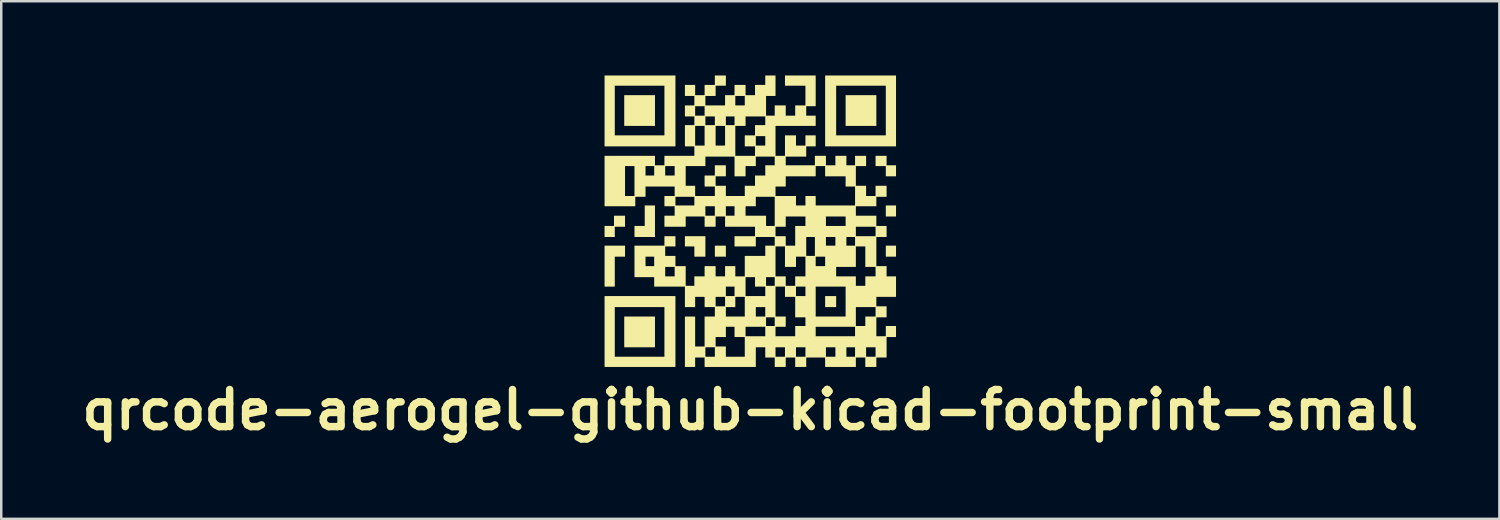
<source format=kicad_pcb>
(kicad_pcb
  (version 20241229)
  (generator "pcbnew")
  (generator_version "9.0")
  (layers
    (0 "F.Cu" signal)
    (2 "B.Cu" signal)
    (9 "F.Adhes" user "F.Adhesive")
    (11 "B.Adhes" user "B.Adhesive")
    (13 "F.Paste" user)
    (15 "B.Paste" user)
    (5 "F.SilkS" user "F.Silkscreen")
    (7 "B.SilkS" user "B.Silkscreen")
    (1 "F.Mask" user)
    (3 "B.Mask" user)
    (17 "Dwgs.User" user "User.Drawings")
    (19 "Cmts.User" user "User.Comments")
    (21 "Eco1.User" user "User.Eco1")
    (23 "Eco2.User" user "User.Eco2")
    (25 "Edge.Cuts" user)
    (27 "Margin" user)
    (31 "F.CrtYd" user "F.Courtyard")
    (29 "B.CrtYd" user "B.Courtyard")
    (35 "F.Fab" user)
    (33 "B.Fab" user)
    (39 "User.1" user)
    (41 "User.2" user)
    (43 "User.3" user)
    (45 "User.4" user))
  (footprint "qrcode-aerogel-github-kicad-footprint-small"
    (layer "F.Cu")
    (at 27.264 5.888)
    (property "Reference" "qrcode-aerogel-github-kicad-footprint-small" (at 0 7.62 0) (layer "F.SilkS") (effects (font (size 1.5 1.5) (thickness 0.3))))
    (attr board_only exclude_from_pos_files exclude_from_bom)
    (fp_poly (pts (xy -3.851 -4.472) (xy -3.851 -3.851) (xy -4.472 -3.851) (xy -5.093 -3.851) (xy -5.093 -4.472) (xy -5.093 -5.093) (xy -4.472 -5.093) (xy -3.851 -5.093)) (stroke (width 0) (type solid)) (fill yes) (layer "F.SilkS"))
    (fp_poly (pts (xy -3.851 4.472) (xy -3.851 5.093) (xy -4.472 5.093) (xy -5.093 5.093) (xy -5.093 4.472) (xy -5.093 3.851) (xy -4.472 3.851) (xy -3.851 3.851)) (stroke (width 0) (type solid)) (fill yes) (layer "F.SilkS"))
    (fp_poly (pts (xy -0.987 1.21) (xy -0.987 1.432) (xy -1.21 1.432) (xy -1.432 1.432) (xy -1.432 1.21) (xy -1.432 0.987) (xy -1.21 0.987) (xy -0.987 0.987)) (stroke (width 0) (type solid)) (fill yes) (layer "F.SilkS"))
    (fp_poly (pts (xy 3.469 3.247) (xy 3.469 3.469) (xy 3.247 3.469) (xy 3.024 3.469) (xy 3.024 3.247) (xy 3.024 3.024) (xy 3.247 3.024) (xy 3.469 3.024)) (stroke (width 0) (type solid)) (fill yes) (layer "F.SilkS"))
    (fp_poly (pts (xy 5.093 -4.472) (xy 5.093 -3.851) (xy 4.472 -3.851) (xy 3.851 -3.851) (xy 3.851 -4.472) (xy 3.851 -5.093) (xy 4.472 -5.093) (xy 5.093 -5.093)) (stroke (width 0) (type solid)) (fill yes) (layer "F.SilkS"))
    (fp_poly (pts (xy 5.888 -0.414) (xy 5.888 -0.191) (xy 5.682 -0.191) (xy 5.475 -0.191) (xy 5.475 -0.414) (xy 5.475 -0.637) (xy 5.682 -0.637) (xy 5.888 -0.637)) (stroke (width 0) (type solid)) (fill yes) (layer "F.SilkS"))
    (fp_poly (pts (xy 5.888 1.21) (xy 5.888 1.432) (xy 5.682 1.432) (xy 5.475 1.432) (xy 5.475 1.21) (xy 5.475 0.987) (xy 5.682 0.987) (xy 5.888 0.987)) (stroke (width 0) (type solid)) (fill yes) (layer "F.SilkS"))
    (fp_poly (pts (xy -5.061 1.21) (xy -5.061 1.432) (xy -5.268 1.432) (xy -5.475 1.432) (xy -5.475 2.037) (xy -5.475 2.642) (xy -5.682 2.642) (xy -5.888 2.642) (xy -5.888 1.814) (xy -5.888 0.987) (xy -5.475 0.987) (xy -5.061 0.987)) (stroke (width 0) (type solid)) (fill yes) (layer "F.SilkS"))
    (fp_poly (pts (xy -3.851 0) (xy -3.851 0.637) (xy -4.265 0.637) (xy -4.679 0.637) (xy -4.679 0.414) (xy -4.679 0.191) (xy -4.472 0.191) (xy -4.265 0.191) (xy -4.265 -0.223) (xy -4.265 -0.637) (xy -4.058 -0.637) (xy -3.851 -0.637)) (stroke (width 0) (type solid)) (fill yes) (layer "F.SilkS"))
    (fp_poly (pts (xy -1.814 1.019) (xy -1.814 1.432) (xy -2.037 1.432) (xy -2.26 1.432) (xy -2.26 1.225) (xy -2.26 1.019) (xy -2.451 1.019) (xy -2.642 1.019) (xy -2.642 0.812) (xy -2.642 0.605) (xy -2.228 0.605) (xy -1.814 0.605)) (stroke (width 0) (type solid)) (fill yes) (layer "F.SilkS"))
    (fp_poly (pts (xy -5.061 0) (xy -5.061 0.223) (xy -5.268 0.223) (xy -5.475 0.223) (xy -5.475 0.43) (xy -5.475 0.637) (xy -5.682 0.637) (xy -5.888 0.637) (xy -5.888 0.414) (xy -5.888 0.191) (xy -5.697 0.191) (xy -5.507 0.191) (xy -5.507 -0.016) (xy -5.507 -0.223) (xy -5.284 -0.223) (xy -5.061 -0.223)) (stroke (width 0) (type solid)) (fill yes) (layer "F.SilkS"))
    (fp_poly (pts (xy 5.507 -2.451) (xy 5.507 -2.26) (xy 5.697 -2.26) (xy 5.888 -2.26) (xy 5.888 -2.037) (xy 5.888 -1.814) (xy 5.682 -1.814) (xy 5.475 -1.814) (xy 5.475 -2.021) (xy 5.475 -2.228) (xy 5.268 -2.228) (xy 5.061 -2.228) (xy 5.061 -2.435) (xy 5.061 -2.642) (xy 5.284 -2.642) (xy 5.507 -2.642)) (stroke (width 0) (type solid)) (fill yes) (layer "F.SilkS"))
    (fp_poly (pts (xy -3.024 -4.456) (xy -3.024 -3.024) (xy -4.456 -3.024) (xy -5.888 -3.024) (xy -5.888 -4.456) (xy -5.888 -5.475) (xy -5.475 -5.475) (xy -5.475 -4.472) (xy -5.475 -3.469) (xy -4.472 -3.469) (xy -3.469 -3.469) (xy -3.469 -4.472) (xy -3.469 -5.475) (xy -4.472 -5.475) (xy -5.475 -5.475) (xy -5.888 -5.475) (xy -5.888 -5.888) (xy -4.456 -5.888) (xy -3.024 -5.888)) (stroke (width 0) (type solid)) (fill yes) (layer "F.SilkS"))
    (fp_poly (pts (xy -3.024 4.456) (xy -3.024 5.888) (xy -4.456 5.888) (xy -5.888 5.888) (xy -5.888 4.456) (xy -5.888 3.469) (xy -5.475 3.469) (xy -5.475 4.472) (xy -5.475 5.475) (xy -4.472 5.475) (xy -3.469 5.475) (xy -3.469 4.472) (xy -3.469 3.469) (xy -4.472 3.469) (xy -5.475 3.469) (xy -5.888 3.469) (xy -5.888 3.024) (xy -4.456 3.024) (xy -3.024 3.024)) (stroke (width 0) (type solid)) (fill yes) (layer "F.SilkS"))
    (fp_poly (pts (xy 5.888 -4.456) (xy 5.888 -3.024) (xy 4.456 -3.024) (xy 3.024 -3.024) (xy 3.024 -4.456) (xy 3.024 -5.475) (xy 3.469 -5.475) (xy 3.469 -4.472) (xy 3.469 -3.469) (xy 4.472 -3.469) (xy 5.475 -3.469) (xy 5.475 -4.472) (xy 5.475 -5.475) (xy 4.472 -5.475) (xy 3.469 -5.475) (xy 3.024 -5.475) (xy 3.024 -5.888) (xy 4.456 -5.888) (xy 5.888 -5.888)) (stroke (width 0) (type solid)) (fill yes) (layer "F.SilkS"))
    (fp_poly (pts (xy -0.987 -5.682) (xy -0.987 -5.475) (xy -1.194 -5.475) (xy -1.401 -5.475) (xy -1.401 -5.268) (xy -1.401 -5.061) (xy -1.607 -5.061) (xy -1.814 -5.061) (xy -1.814 -4.87) (xy -1.814 -4.679) (xy -1.416 -4.679) (xy -1.019 -4.679) (xy -1.019 -4.886) (xy -1.019 -5.061) (xy -0.605 -5.061) (xy -0.605 -4.87) (xy -0.605 -4.679) (xy -0.414 -4.679) (xy -0.223 -4.679) (xy -0.223 -4.87) (xy -0.223 -5.061) (xy -0.414 -5.061) (xy -0.605 -5.061) (xy -1.019 -5.061) (xy -1.019 -5.093) (xy -0.828 -5.093) (xy -0.637 -5.093) (xy -0.637 -5.3) (xy -0.637 -5.507) (xy -0.414 -5.507) (xy -0.191 -5.507) (xy -0.191 -5.3) (xy -0.191 -5.093) (xy 0 -5.093) (xy 0.191 -5.093) (xy 0.191 -5.3) (xy 0.191 -5.507) (xy 0.398 -5.507) (xy 0.605 -5.507) (xy 0.605 -5.697) (xy 0.605 -5.888) (xy 0.812 -5.888) (xy 1.019 -5.888) (xy 1.019 -5.475) (xy 1.019 -5.061) (xy 0.828 -5.061) (xy 0.637 -5.061) (xy 0.637 -4.663) (xy 0.637 -4.265) (xy 0.812 -4.265) (xy 0.987 -4.265) (xy 0.987 -4.472) (xy 0.987 -4.679) (xy 1.21 -4.679) (xy 1.432 -4.679) (xy 1.432 -4.472) (xy 1.432 -4.265) (xy 1.623 -4.265) (xy 1.814 -4.265) (xy 1.814 -4.472) (xy 1.814 -4.679) (xy 2.021 -4.679) (xy 2.228 -4.679) (xy 2.228 -5.077) (xy 2.228 -5.475) (xy 1.814 -5.475) (xy 1.401 -5.475) (xy 1.401 -5.682) (xy 1.401 -5.888) (xy 2.021 -5.888) (xy 2.642 -5.888) (xy 2.642 -5.268) (xy 2.642 -4.647) (xy 2.451 -4.647) (xy 2.26 -4.647) (xy 2.26 -4.456) (xy 2.26 -4.265) (xy 2.451 -4.265) (xy 2.642 -4.265) (xy 2.642 -4.058) (xy 2.642 -3.851) (xy 1.83 -3.851) (xy 1.019 -3.851) (xy 1.019 -3.247) (xy 1.019 -2.642) (xy 1.21 -2.642) (xy 1.401 -2.642) (xy 1.401 -3.056) (xy 1.401 -3.469) (xy 1.623 -3.469) (xy 1.846 -3.469) (xy 1.846 -3.263) (xy 1.846 -3.056) (xy 2.037 -3.056) (xy 2.228 -3.056) (xy 2.228 -3.263) (xy 2.228 -3.469) (xy 2.435 -3.469) (xy 2.642 -3.469) (xy 2.642 -3.247) (xy 2.642 -3.024) (xy 2.451 -3.024) (xy 2.26 -3.024) (xy 2.26 -2.817) (xy 2.26 -2.61) (xy 1.846 -2.61) (xy 1.432 -2.61) (xy 1.432 -2.435) (xy 1.432 -2.26) (xy 2.021 -2.26) (xy 2.61 -2.26) (xy 2.61 -2.451) (xy 2.61 -2.642) (xy 2.833 -2.642) (xy 3.056 -2.642) (xy 3.056 -2.451) (xy 3.056 -2.26) (xy 3.247 -2.26) (xy 3.438 -2.26) (xy 3.438 -2.451) (xy 3.438 -2.642) (xy 3.66 -2.642) (xy 3.883 -2.642) (xy 3.883 -2.451) (xy 3.883 -2.26) (xy 4.058 -2.26) (xy 4.233 -2.26) (xy 4.233 -2.451) (xy 4.233 -2.642) (xy 4.456 -2.642) (xy 4.679 -2.642) (xy 4.679 -2.435) (xy 4.679 -2.228) (xy 4.472 -2.228) (xy 4.265 -2.228) (xy 4.265 -1.83) (xy 4.265 -1.432) (xy 4.472 -1.432) (xy 4.679 -1.432) (xy 4.679 -1.225) (xy 4.679 -1.019) (xy 4.87 -1.019) (xy 5.061 -1.019) (xy 5.061 -1.225) (xy 5.061 -1.432) (xy 5.284 -1.432) (xy 5.507 -1.432) (xy 5.507 -1.21) (xy 5.507 -0.987) (xy 5.3 -0.987) (xy 5.093 -0.987) (xy 5.093 -0.796) (xy 5.093 -0.605) (xy 4.679 -0.605) (xy 4.265 -0.605) (xy 4.265 -0.414) (xy 4.265 -0.223) (xy 4.679 -0.223) (xy 5.093 -0.223) (xy 5.093 -0.016) (xy 5.093 0.191) (xy 5.3 0.191) (xy 5.507 0.191) (xy 5.507 0.414) (xy 5.507 0.637) (xy 5.3 0.637) (xy 5.093 0.637) (xy 5.093 1.225) (xy 5.093 1.814) (xy 5.3 1.814) (xy 5.507 1.814) (xy 5.507 2.021) (xy 5.507 2.228) (xy 5.697 2.228) (xy 5.888 2.228) (xy 5.888 2.642) (xy 5.888 3.056) (xy 5.491 3.056) (xy 5.093 3.056) (xy 5.093 3.247) (xy 5.093 3.438) (xy 5.3 3.438) (xy 5.507 3.438) (xy 5.507 3.66) (xy 5.507 3.883) (xy 5.3 3.883) (xy 5.093 3.883) (xy 5.093 4.265) (xy 5.093 4.647) (xy 5.284 4.647) (xy 5.475 4.647) (xy 5.475 4.44) (xy 5.475 4.233) (xy 5.682 4.233) (xy 5.888 4.233) (xy 5.888 4.456) (xy 5.888 4.679) (xy 5.697 4.679) (xy 5.507 4.679) (xy 5.507 5.093) (xy 5.507 5.507) (xy 5.3 5.507) (xy 5.093 5.507) (xy 5.093 5.697) (xy 5.093 5.888) (xy 4.87 5.888) (xy 4.647 5.888) (xy 4.647 5.697) (xy 4.647 5.507) (xy 4.456 5.507) (xy 4.265 5.507) (xy 4.265 5.697) (xy 4.265 5.888) (xy 3.644 5.888) (xy 3.024 5.888) (xy 3.024 5.697) (xy 3.024 5.507) (xy 2.642 5.507) (xy 2.26 5.507) (xy 2.26 5.697) (xy 2.26 5.888) (xy 2.037 5.888) (xy 1.814 5.888) (xy 1.814 5.697) (xy 1.814 5.507) (xy 1.623 5.507) (xy 1.432 5.507) (xy 1.432 5.697) (xy 1.432 5.888) (xy 1.21 5.888) (xy 0.987 5.888) (xy 0.987 5.697) (xy 0.987 5.507) (xy 0.796 5.507) (xy 0.605 5.507) (xy 0.605 5.3) (xy 0.605 5.093) (xy 1.019 5.093) (xy 1.019 5.284) (xy 1.019 5.475) (xy 1.21 5.475) (xy 1.401 5.475) (xy 1.401 5.284) (xy 1.401 5.093) (xy 1.846 5.093) (xy 1.846 5.284) (xy 1.846 5.475) (xy 2.037 5.475) (xy 2.228 5.475) (xy 2.228 5.284) (xy 2.228 5.093) (xy 3.056 5.093) (xy 3.056 5.284) (xy 3.056 5.475) (xy 3.247 5.475) (xy 3.438 5.475) (xy 3.438 5.284) (xy 3.438 5.093) (xy 3.883 5.093) (xy 3.883 5.284) (xy 3.883 5.475) (xy 4.058 5.475) (xy 4.233 5.475) (xy 4.233 5.284) (xy 4.233 5.093) (xy 4.679 5.093) (xy 4.679 5.284) (xy 4.679 5.475) (xy 4.87 5.475) (xy 5.061 5.475) (xy 5.061 5.284) (xy 5.061 5.093) (xy 4.87 5.093) (xy 4.679 5.093) (xy 4.233 5.093) (xy 4.058 5.093) (xy 3.883 5.093) (xy 3.438 5.093) (xy 3.247 5.093) (xy 3.056 5.093) (xy 2.228 5.093) (xy 2.037 5.093) (xy 1.846 5.093) (xy 1.401 5.093) (xy 1.21 5.093) (xy 1.019 5.093) (xy 0.605 5.093) (xy 0.414 5.093) (xy 0.223 5.093) (xy 0.223 5.491) (xy 0.223 5.888) (xy -0.812 5.888) (xy -1.846 5.888) (xy -1.846 5.697) (xy -1.846 5.507) (xy -2.037 5.507) (xy -2.228 5.507) (xy -2.228 5.697) (xy -2.228 5.888) (xy -2.435 5.888) (xy -2.642 5.888) (xy -2.642 5.093) (xy -1.814 5.093) (xy -1.814 5.284) (xy -1.814 5.475) (xy -1.623 5.475) (xy -1.432 5.475) (xy -1.432 5.284) (xy -1.432 5.093) (xy -1.623 5.093) (xy -1.814 5.093) (xy -2.642 5.093) (xy -2.642 4.87) (xy -2.642 3.851) (xy -2.435 3.851) (xy -2.228 3.851) (xy -2.228 4.456) (xy -2.228 5.061) (xy -2.037 5.061) (xy -1.846 5.061) (xy -1.401 5.061) (xy -1.194 5.061) (xy -0.987 5.061) (xy -0.987 5.268) (xy -0.987 5.475) (xy -0.605 5.475) (xy -0.223 5.475) (xy -0.223 5.077) (xy -0.223 4.679) (xy -0.43 4.679) (xy -0.637 4.679) (xy -0.637 4.472) (xy -0.637 4.265) (xy -0.191 4.265) (xy -0.191 4.456) (xy -0.191 4.647) (xy 0.207 4.647) (xy 0.605 4.647) (xy 0.605 4.456) (xy 0.605 4.265) (xy 0.207 4.265) (xy -0.191 4.265) (xy -0.637 4.265) (xy -0.812 4.265) (xy -0.987 4.265) (xy -0.987 4.472) (xy -0.987 4.679) (xy -1.194 4.679) (xy -1.401 4.679) (xy -1.401 4.87) (xy -1.401 5.061) (xy -1.846 5.061) (xy -1.846 4.456) (xy -1.846 3.883) (xy 0.637 3.883) (xy 0.637 4.058) (xy 0.637 4.233) (xy 0.812 4.233) (xy 0.987 4.233) (xy 0.987 4.058) (xy 0.987 3.883) (xy 0.812 3.883) (xy 0.637 3.883) (xy -1.846 3.883) (xy -1.846 3.851) (xy -1.639 3.851) (xy -1.432 3.851) (xy -0.987 3.851) (xy -0.605 3.851) (xy -0.223 3.851) (xy -0.223 3.469) (xy 0.223 3.469) (xy 0.223 3.66) (xy 0.223 3.851) (xy 0.414 3.851) (xy 0.605 3.851) (xy 0.605 3.66) (xy 0.605 3.469) (xy 0.414 3.469) (xy 0.223 3.469) (xy -0.223 3.469) (xy -0.223 3.454) (xy -0.223 3.056) (xy -0.414 3.056) (xy -0.605 3.056) (xy -0.605 3.263) (xy -0.605 3.469) (xy -0.796 3.469) (xy -0.987 3.469) (xy -0.987 3.66) (xy -0.987 3.851) (xy -1.432 3.851) (xy -1.432 3.66) (xy -1.432 3.469) (xy -1.639 3.469) (xy -1.846 3.469) (xy -1.846 3.263) (xy -1.846 3.056) (xy -1.401 3.056) (xy -1.401 3.247) (xy -1.401 3.438) (xy -1.21 3.438) (xy -1.019 3.438) (xy -1.019 3.247) (xy -1.019 3.056) (xy -1.21 3.056) (xy -1.401 3.056) (xy -1.846 3.056) (xy -2.037 3.056) (xy -2.228 3.056) (xy -2.228 3.263) (xy -2.228 3.469) (xy -2.435 3.469) (xy -2.642 3.469) (xy -2.642 3.056) (xy -2.642 2.642) (xy -0.987 2.642) (xy -0.987 2.833) (xy -0.987 3.024) (xy -0.812 3.024) (xy -0.637 3.024) (xy -0.637 2.833) (xy -0.637 2.642) (xy -0.812 2.642) (xy -0.987 2.642) (xy -2.642 2.642) (xy -3.263 2.642) (xy -3.883 2.642) (xy -3.883 2.451) (xy -3.883 2.26) (xy -4.281 2.26) (xy -4.679 2.26) (xy -4.679 1.846) (xy -3.438 1.846) (xy -3.438 2.037) (xy -3.438 2.228) (xy -3.247 2.228) (xy -3.056 2.228) (xy -3.056 2.037) (xy -3.056 1.846) (xy -3.247 1.846) (xy -3.438 1.846) (xy -4.679 1.846) (xy -4.679 1.623) (xy -4.679 1.432) (xy -4.233 1.432) (xy -4.233 1.623) (xy -4.233 1.814) (xy -4.058 1.814) (xy -3.883 1.814) (xy -3.883 1.623) (xy -3.883 1.432) (xy -4.058 1.432) (xy -4.233 1.432) (xy -4.679 1.432) (xy -4.679 0.987) (xy -4.074 0.987) (xy -3.469 0.987) (xy -3.469 0.796) (xy -3.469 0.605) (xy -3.247 0.605) (xy -3.024 0.605) (xy -3.024 0.812) (xy -3.024 1.019) (xy -3.231 1.019) (xy -3.438 1.019) (xy -3.438 1.21) (xy -3.438 1.401) (xy -3.231 1.401) (xy -3.024 1.401) (xy -3.024 1.607) (xy -3.024 1.814) (xy -2.817 1.814) (xy -2.61 1.814) (xy -2.61 2.212) (xy -2.61 2.61) (xy -2.435 2.61) (xy -2.26 2.61) (xy -2.26 2.419) (xy -2.26 2.26) (xy -0.191 2.26) (xy -0.191 2.642) (xy -0.191 3.024) (xy 0.207 3.024) (xy 0.605 3.024) (xy 0.605 2.833) (xy 0.605 2.642) (xy 1.019 2.642) (xy 1.019 3.247) (xy 1.019 3.851) (xy 1.225 3.851) (xy 1.432 3.851) (xy 1.432 4.058) (xy 1.432 4.265) (xy 1.225 4.265) (xy 1.019 4.265) (xy 1.019 4.456) (xy 1.019 4.647) (xy 1.416 4.647) (xy 1.814 4.647) (xy 1.814 4.44) (xy 1.814 4.265) (xy 2.642 4.265) (xy 2.642 4.456) (xy 2.642 4.647) (xy 3.438 4.647) (xy 4.233 4.647) (xy 4.233 4.456) (xy 4.233 4.265) (xy 3.438 4.265) (xy 2.642 4.265) (xy 1.814 4.265) (xy 1.814 4.233) (xy 2.021 4.233) (xy 2.228 4.233) (xy 2.228 4.058) (xy 2.228 3.883) (xy 2.021 3.883) (xy 1.814 3.883) (xy 1.814 3.469) (xy 1.814 3.056) (xy 1.607 3.056) (xy 1.401 3.056) (xy 1.401 2.849) (xy 1.401 2.642) (xy 1.846 2.642) (xy 1.846 2.833) (xy 1.846 3.024) (xy 2.037 3.024) (xy 2.228 3.024) (xy 2.228 2.833) (xy 2.228 2.642) (xy 2.642 2.642) (xy 2.642 3.247) (xy 2.642 3.851) (xy 3.247 3.851) (xy 3.851 3.851) (xy 3.851 3.469) (xy 4.265 3.469) (xy 4.265 3.851) (xy 4.265 4.233) (xy 4.456 4.233) (xy 4.647 4.233) (xy 4.647 4.042) (xy 4.647 3.851) (xy 4.854 3.851) (xy 5.061 3.851) (xy 5.061 3.66) (xy 5.061 3.469) (xy 4.663 3.469) (xy 4.265 3.469) (xy 3.851 3.469) (xy 3.851 3.247) (xy 3.851 2.642) (xy 3.247 2.642) (xy 2.642 2.642) (xy 2.228 2.642) (xy 2.037 2.642) (xy 1.846 2.642) (xy 1.401 2.642) (xy 1.21 2.642) (xy 1.019 2.642) (xy 0.605 2.642) (xy 0.398 2.642) (xy 0.191 2.642) (xy 0.191 2.451) (xy 0.191 2.26) (xy 0.637 2.26) (xy 0.637 2.435) (xy 0.637 2.61) (xy 0.812 2.61) (xy 0.987 2.61) (xy 0.987 2.435) (xy 0.987 2.26) (xy 0.812 2.26) (xy 0.637 2.26) (xy 0.191 2.26) (xy 0 2.26) (xy -0.191 2.26) (xy -2.26 2.26) (xy -2.26 2.228) (xy -2.053 2.228) (xy -1.846 2.228) (xy -1.846 2.021) (xy -1.846 1.814) (xy -1.623 1.814) (xy -1.401 1.814) (xy -1.401 2.021) (xy -1.401 2.228) (xy -1.21 2.228) (xy -1.019 2.228) (xy -1.019 2.021) (xy -1.019 1.814) (xy -0.812 1.814) (xy -0.605 1.814) (xy -0.605 2.021) (xy -0.605 2.228) (xy -0.414 2.228) (xy -0.223 2.228) (xy -0.223 1.814) (xy -0.223 1.401) (xy 0.191 1.401) (xy 0.605 1.401) (xy 0.605 1.194) (xy 0.605 1.019) (xy 1.019 1.019) (xy 1.019 1.623) (xy 1.019 2.228) (xy 1.225 2.228) (xy 1.432 2.228) (xy 1.432 2.419) (xy 1.432 2.61) (xy 1.623 2.61) (xy 1.814 2.61) (xy 1.814 2.419) (xy 1.814 2.228) (xy 2.021 2.228) (xy 2.228 2.228) (xy 3.469 2.228) (xy 3.867 2.228) (xy 4.265 2.228) (xy 4.265 2.419) (xy 4.265 2.61) (xy 4.456 2.61) (xy 4.647 2.61) (xy 4.647 2.419) (xy 4.647 2.228) (xy 4.854 2.228) (xy 5.061 2.228) (xy 5.061 2.037) (xy 5.061 1.846) (xy 4.854 1.846) (xy 4.647 1.846) (xy 4.647 1.432) (xy 4.647 1.019) (xy 4.456 1.019) (xy 4.265 1.019) (xy 4.265 1.432) (xy 4.265 1.846) (xy 3.867 1.846) (xy 3.469 1.846) (xy 3.469 2.037) (xy 3.469 2.228) (xy 2.228 2.228) (xy 2.228 1.83) (xy 2.228 1.432) (xy 2.642 1.432) (xy 2.642 1.623) (xy 2.642 1.814) (xy 2.833 1.814) (xy 3.024 1.814) (xy 3.024 1.623) (xy 3.024 1.432) (xy 2.833 1.432) (xy 2.642 1.432) (xy 2.228 1.432) (xy 2.037 1.432) (xy 1.846 1.432) (xy 1.846 1.639) (xy 1.846 1.846) (xy 1.623 1.846) (xy 1.401 1.846) (xy 1.401 1.432) (xy 1.401 1.019) (xy 1.21 1.019) (xy 1.019 1.019) (xy 0.605 1.019) (xy 0.605 0.987) (xy 0.796 0.987) (xy 0.987 0.987) (xy 0.987 0.812) (xy 0.987 0.637) (xy 0.605 0.637) (xy 0.223 0.637) (xy 0.223 0.828) (xy 0.223 1.019) (xy -0.207 1.019) (xy -0.637 1.019) (xy -0.637 0.812) (xy -0.637 0.605) (xy -0.223 0.605) (xy 0.191 0.605) (xy 1.019 0.605) (xy 1.225 0.605) (xy 1.432 0.605) (xy 1.432 0.796) (xy 1.432 0.987) (xy 1.623 0.987) (xy 1.814 0.987) (xy 1.814 0.637) (xy 2.26 0.637) (xy 2.26 1.019) (xy 2.26 1.401) (xy 2.435 1.401) (xy 2.61 1.401) (xy 2.61 1.019) (xy 2.61 0.637) (xy 3.056 0.637) (xy 3.056 0.812) (xy 3.056 0.987) (xy 3.247 0.987) (xy 3.438 0.987) (xy 3.438 0.812) (xy 3.438 0.637) (xy 3.883 0.637) (xy 3.883 0.812) (xy 3.883 0.987) (xy 4.058 0.987) (xy 4.233 0.987) (xy 4.233 0.812) (xy 4.233 0.637) (xy 4.058 0.637) (xy 3.883 0.637) (xy 3.438 0.637) (xy 3.247 0.637) (xy 3.056 0.637) (xy 2.61 0.637) (xy 2.435 0.637) (xy 2.26 0.637) (xy 1.814 0.637) (xy 1.814 0.589) (xy 1.814 0.223) (xy 4.265 0.223) (xy 4.265 0.414) (xy 4.265 0.605) (xy 4.663 0.605) (xy 5.061 0.605) (xy 5.061 0.414) (xy 5.061 0.223) (xy 4.663 0.223) (xy 4.265 0.223) (xy 1.814 0.223) (xy 1.814 0.191) (xy 2.021 0.191) (xy 2.228 0.191) (xy 2.228 0) (xy 2.228 -0.191) (xy 3.056 -0.191) (xy 3.056 0) (xy 3.056 0.191) (xy 3.454 0.191) (xy 3.851 0.191) (xy 3.851 0) (xy 3.851 -0.191) (xy 3.454 -0.191) (xy 3.056 -0.191) (xy 2.228 -0.191) (xy 1.83 -0.191) (xy 1.432 -0.191) (xy 1.432 0.016) (xy 1.432 0.223) (xy 1.225 0.223) (xy 1.019 0.223) (xy 1.019 0.414) (xy 1.019 0.605) (xy 0.191 0.605) (xy 0.191 0.414) (xy 0.191 0.223) (xy -0.414 0.223) (xy -1.019 0.223) (xy -1.019 0.016) (xy -1.019 -0.191) (xy -1.21 -0.191) (xy -1.401 -0.191) (xy -1.401 0.016) (xy -1.401 0.223) (xy -1.623 0.223) (xy -1.846 0.223) (xy -1.846 0.016) (xy -1.846 -0.191) (xy -2.228 -0.191) (xy -2.61 -0.191) (xy -2.61 0.016) (xy -2.61 0.223) (xy -3.04 0.223) (xy -3.469 0.223) (xy -3.469 0) (xy -3.469 -0.223) (xy -3.263 -0.223) (xy -3.056 -0.223) (xy -3.056 -0.414) (xy -3.056 -0.605) (xy -1.814 -0.605) (xy -1.814 -0.414) (xy -1.814 -0.223) (xy -1.623 -0.223) (xy -1.432 -0.223) (xy -1.432 -0.414) (xy -1.432 -0.605) (xy -0.987 -0.605) (xy -0.987 -0.414) (xy -0.987 -0.223) (xy -0.812 -0.223) (xy -0.637 -0.223) (xy -0.191 -0.223) (xy 0.223 -0.223) (xy 0.637 -0.223) (xy 0.637 -0.016) (xy 0.637 0.191) (xy 0.812 0.191) (xy 0.987 0.191) (xy 0.987 -0.398) (xy 0.987 -0.987) (xy 0.605 -0.987) (xy 0.223 -0.987) (xy 0.223 -0.796) (xy 0.223 -0.605) (xy 0.016 -0.605) (xy -0.191 -0.605) (xy -0.191 -0.414) (xy -0.191 -0.223) (xy -0.637 -0.223) (xy -0.637 -0.414) (xy -0.637 -0.605) (xy -0.812 -0.605) (xy -0.987 -0.605) (xy -1.432 -0.605) (xy -1.623 -0.605) (xy -1.814 -0.605) (xy -3.056 -0.605) (xy -3.263 -0.605) (xy -3.469 -0.605) (xy -3.469 -0.812) (xy -3.469 -0.987) (xy -3.024 -0.987) (xy -3.024 -0.812) (xy -3.024 -0.637) (xy -2.642 -0.637) (xy -2.26 -0.637) (xy -2.26 -0.812) (xy -2.26 -0.987) (xy -2.642 -0.987) (xy -3.024 -0.987) (xy -3.469 -0.987) (xy -3.469 -1.019) (xy -3.263 -1.019) (xy -3.056 -1.019) (xy -3.056 -1.21) (xy -3.056 -1.401) (xy -3.644 -1.401) (xy -4.233 -1.401) (xy -4.233 -1.194) (xy -4.233 -0.987) (xy -4.44 -0.987) (xy -4.647 -0.987) (xy -4.647 -0.796) (xy -4.647 -0.605) (xy -5.268 -0.605) (xy -5.888 -0.605) (xy -5.888 -1.623) (xy -5.888 -2.228) (xy -5.061 -2.228) (xy -5.061 -1.623) (xy -5.061 -1.019) (xy -4.87 -1.019) (xy -4.679 -1.019) (xy -4.679 -1.432) (xy -2.61 -1.432) (xy -2.419 -1.432) (xy -2.228 -1.432) (xy -2.228 -1.225) (xy -2.228 -1.019) (xy -1.83 -1.019) (xy -1.432 -1.019) (xy -1.432 -1.21) (xy -1.432 -1.401) (xy -1.639 -1.401) (xy -1.846 -1.401) (xy -1.846 -1.623) (xy -1.846 -1.846) (xy -1.639 -1.846) (xy -1.432 -1.846) (xy -1.432 -2.053) (xy -1.432 -2.26) (xy -1.21 -2.26) (xy -0.987 -2.26) (xy -0.987 -2.037) (xy -0.987 -1.814) (xy -1.194 -1.814) (xy -1.401 -1.814) (xy -1.401 -1.623) (xy -1.401 -1.432) (xy -1.194 -1.432) (xy -0.987 -1.432) (xy -0.987 -1.225) (xy -0.987 -1.019) (xy -0.605 -1.019) (xy -0.223 -1.019) (xy 1.019 -1.019) (xy 1.432 -1.019) (xy 1.846 -1.019) (xy 1.846 -0.828) (xy 1.846 -0.637) (xy 2.037 -0.637) (xy 2.228 -0.637) (xy 2.228 -0.828) (xy 2.228 -1.019) (xy 2.435 -1.019) (xy 2.642 -1.019) (xy 2.642 -0.828) (xy 2.642 -0.637) (xy 3.438 -0.637) (xy 4.233 -0.637) (xy 4.233 -1.019) (xy 4.233 -1.401) (xy 4.042 -1.401) (xy 3.851 -1.401) (xy 3.851 -1.607) (xy 3.851 -1.814) (xy 3.438 -1.814) (xy 3.024 -1.814) (xy 3.024 -2.021) (xy 3.024 -2.228) (xy 2.833 -2.228) (xy 2.642 -2.228) (xy 2.642 -2.021) (xy 2.642 -1.814) (xy 2.037 -1.814) (xy 1.432 -1.814) (xy 1.432 -1.607) (xy 1.432 -1.401) (xy 1.225 -1.401) (xy 1.019 -1.401) (xy 1.019 -1.21) (xy 1.019 -1.019) (xy -0.223 -1.019) (xy -0.223 -1.225) (xy -0.223 -1.432) (xy -0.016 -1.432) (xy 0.191 -1.432) (xy 0.191 -1.639) (xy 0.191 -1.846) (xy 0.398 -1.846) (xy 0.605 -1.846) (xy 0.605 -2.053) (xy 0.605 -2.26) (xy 0.796 -2.26) (xy 0.987 -2.26) (xy 0.987 -2.435) (xy 0.987 -2.61) (xy 0.605 -2.61) (xy 0.223 -2.61) (xy 0.223 -2.419) (xy 0.223 -2.228) (xy 0.016 -2.228) (xy -0.191 -2.228) (xy -0.191 -2.021) (xy -0.191 -1.814) (xy -0.414 -1.814) (xy -0.637 -1.814) (xy -0.637 -2.212) (xy -0.637 -2.61) (xy -1.225 -2.61) (xy -1.814 -2.61) (xy -1.814 -2.419) (xy -1.814 -2.228) (xy -2.212 -2.228) (xy -2.61 -2.228) (xy -2.61 -1.83) (xy -2.61 -1.432) (xy -4.679 -1.432) (xy -4.679 -1.623) (xy -4.679 -2.228) (xy -4.233 -2.228) (xy -4.233 -2.037) (xy -4.233 -1.846) (xy -4.058 -1.846) (xy -3.883 -1.846) (xy -3.883 -2.037) (xy -3.883 -2.228) (xy -3.438 -2.228) (xy -3.438 -2.037) (xy -3.438 -1.846) (xy -3.247 -1.846) (xy -3.056 -1.846) (xy -3.056 -2.037) (xy -3.056 -2.228) (xy -3.247 -2.228) (xy -3.438 -2.228) (xy -3.883 -2.228) (xy -4.058 -2.228) (xy -4.233 -2.228) (xy -4.679 -2.228) (xy -4.87 -2.228) (xy -5.061 -2.228) (xy -5.888 -2.228) (xy -5.888 -2.642) (xy -4.87 -2.642) (xy -3.851 -2.642) (xy -3.851 -2.451) (xy -3.851 -2.26) (xy -3.66 -2.26) (xy -3.469 -2.26) (xy -3.469 -2.451) (xy -3.469 -2.642) (xy -2.865 -2.642) (xy -2.26 -2.642) (xy -0.605 -2.642) (xy -0.207 -2.642) (xy 0.191 -2.642) (xy 0.191 -2.833) (xy 0.191 -3.024) (xy -0.016 -3.024) (xy -0.223 -3.024) (xy -0.223 -3.247) (xy -0.223 -3.438) (xy 0.223 -3.438) (xy 0.223 -3.247) (xy 0.223 -3.056) (xy 0.414 -3.056) (xy 0.605 -3.056) (xy 0.605 -3.247) (xy 0.605 -3.438) (xy 0.414 -3.438) (xy 0.223 -3.438) (xy -0.223 -3.438) (xy -0.223 -3.469) (xy -0.016 -3.469) (xy 0.191 -3.469) (xy 0.191 -3.676) (xy 0.191 -3.883) (xy 0.398 -3.883) (xy 0.605 -3.883) (xy 0.605 -4.058) (xy 0.605 -4.233) (xy 0.207 -4.233) (xy -0.191 -4.233) (xy -0.191 -4.042) (xy -0.191 -3.851) (xy -0.398 -3.851) (xy -0.605 -3.851) (xy -0.605 -3.247) (xy -0.605 -2.642) (xy -2.26 -2.642) (xy -2.26 -2.833) (xy -2.26 -3.024) (xy -2.451 -3.024) (xy -2.642 -3.024) (xy -2.642 -3.454) (xy -2.642 -3.851) (xy -2.228 -3.851) (xy -2.228 -3.454) (xy -2.228 -3.056) (xy -2.037 -3.056) (xy -1.846 -3.056) (xy -1.846 -3.454) (xy -1.846 -3.851) (xy -1.401 -3.851) (xy -1.401 -3.454) (xy -1.401 -3.056) (xy -1.21 -3.056) (xy -1.019 -3.056) (xy -1.019 -3.454) (xy -1.019 -3.851) (xy -1.21 -3.851) (xy -1.401 -3.851) (xy -1.846 -3.851) (xy -2.037 -3.851) (xy -2.228 -3.851) (xy -2.642 -3.851) (xy -2.642 -3.883) (xy -2.451 -3.883) (xy -2.26 -3.883) (xy -2.26 -4.058) (xy -2.26 -4.233) (xy -1.814 -4.233) (xy -1.814 -4.058) (xy -1.814 -3.883) (xy -1.623 -3.883) (xy -1.432 -3.883) (xy -1.432 -4.058) (xy -1.432 -4.233) (xy -0.987 -4.233) (xy -0.987 -4.058) (xy -0.987 -3.883) (xy -0.812 -3.883) (xy -0.637 -3.883) (xy -0.637 -4.058) (xy -0.637 -4.233) (xy -0.812 -4.233) (xy -0.987 -4.233) (xy -1.432 -4.233) (xy -1.623 -4.233) (xy -1.814 -4.233) (xy -2.26 -4.233) (xy -2.451 -4.233) (xy -2.642 -4.233) (xy -2.642 -4.456) (xy -2.642 -4.647) (xy -2.228 -4.647) (xy -2.228 -4.456) (xy -2.228 -4.265) (xy -2.037 -4.265) (xy -1.846 -4.265) (xy -1.846 -4.456) (xy -1.846 -4.647) (xy -2.037 -4.647) (xy -2.228 -4.647) (xy -2.642 -4.647) (xy -2.642 -4.679) (xy -2.451 -4.679) (xy -2.26 -4.679) (xy -2.26 -4.87) (xy -2.26 -5.061) (xy -2.451 -5.061) (xy -2.642 -5.061) (xy -2.642 -5.284) (xy -2.642 -5.507) (xy -2.435 -5.507) (xy -2.228 -5.507) (xy -2.228 -5.3) (xy -2.228 -5.093) (xy -2.037 -5.093) (xy -1.846 -5.093) (xy -1.846 -5.3) (xy -1.846 -5.507) (xy -1.639 -5.507) (xy -1.432 -5.507) (xy -1.432 -5.697) (xy -1.432 -5.888) (xy -1.21 -5.888) (xy -0.987 -5.888)) (stroke (width 0) (type solid)) (fill yes) (layer "F.SilkS")))
  (gr_rect
    (start -3 -3)
    (end 57.529 17.912)
    (stroke (width 0.1) (type default))
    (fill no)
    (layer "Edge.Cuts")))
</source>
